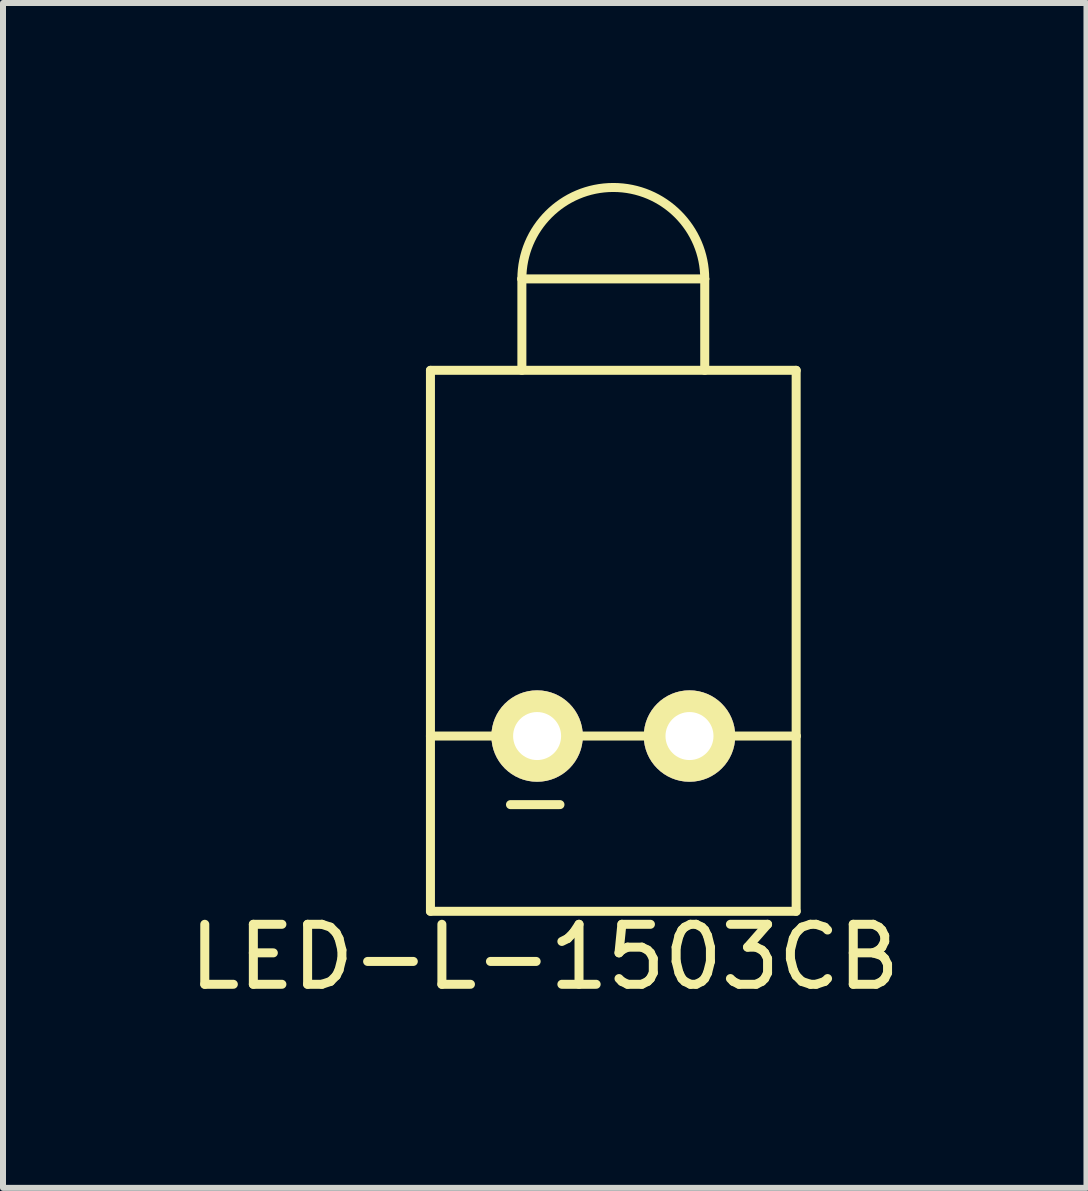
<source format=kicad_pcb>
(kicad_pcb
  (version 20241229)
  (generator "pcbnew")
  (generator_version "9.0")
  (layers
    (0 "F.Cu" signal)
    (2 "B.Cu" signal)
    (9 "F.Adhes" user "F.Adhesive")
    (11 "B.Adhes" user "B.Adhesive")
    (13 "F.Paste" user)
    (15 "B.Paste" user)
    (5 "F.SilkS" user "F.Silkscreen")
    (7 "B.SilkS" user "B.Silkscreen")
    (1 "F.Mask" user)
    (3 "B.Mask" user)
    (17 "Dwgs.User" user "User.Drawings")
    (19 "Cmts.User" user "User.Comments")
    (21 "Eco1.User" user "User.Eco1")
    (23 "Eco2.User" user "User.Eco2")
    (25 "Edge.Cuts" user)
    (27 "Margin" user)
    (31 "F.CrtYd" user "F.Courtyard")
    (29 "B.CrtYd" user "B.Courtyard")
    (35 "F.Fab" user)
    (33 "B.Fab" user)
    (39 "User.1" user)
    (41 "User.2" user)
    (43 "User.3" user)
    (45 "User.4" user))
  (footprint "LED-L-1503CB"
    (layer "F.Cu")
    (at 7.173 9.219)
    (property "Reference" "LED-L-1503CB" (at -1.143 3.683 0) (layer "F.SilkS") (effects (font (size 1 1) (thickness 0.15))))
    (attr through_hole)
    (fp_line (start -3.048 -6.096) (end -3.048 0) (stroke (width 0.15) (type solid)) (layer "F.SilkS"))
    (fp_line (start -3.048 0) (end 3.048 0) (stroke (width 0.15) (type solid)) (layer "F.SilkS"))
    (fp_line (start -3.048 2.921) (end -3.048 0) (stroke (width 0.15) (type solid)) (layer "F.SilkS"))
    (fp_line (start -1.714 1.143) (end -0.889 1.143) (stroke (width 0.15) (type solid)) (layer "F.SilkS"))
    (fp_line (start -1.524 -7.62) (end 1.524 -7.62) (stroke (width 0.15) (type solid)) (layer "F.SilkS"))
    (fp_line (start -1.524 -6.096) (end -1.524 -7.62) (stroke (width 0.15) (type solid)) (layer "F.SilkS"))
    (fp_line (start 1.524 -7.62) (end 1.524 -6.096) (stroke (width 0.15) (type solid)) (layer "F.SilkS"))
    (fp_line (start 3.048 -6.096) (end -3.048 -6.096) (stroke (width 0.15) (type solid)) (layer "F.SilkS"))
    (fp_line (start 3.048 0) (end 3.048 -6.096) (stroke (width 0.15) (type solid)) (layer "F.SilkS"))
    (fp_line (start 3.048 0) (end 3.048 2.921) (stroke (width 0.15) (type solid)) (layer "F.SilkS"))
    (fp_line (start 3.048 2.921) (end -3.048 2.921) (stroke (width 0.15) (type solid)) (layer "F.SilkS"))
    (fp_arc (start -1.524 -7.62) (mid -1.077631 -8.697631) (end 0 -9.144) (stroke (width 0.15) (type solid)) (layer "F.SilkS"))
    (fp_arc (start 0 -9.144) (mid 1.077631 -8.697631) (end 1.524 -7.62) (stroke (width 0.15) (type solid)) (layer "F.SilkS"))
    (pad "1" thru_hole circle (at -1.27 0) (size 1.524 1.524) (drill 0.8) (layers "*.Cu" "*.Mask" "F.SilkS"))
    (pad "2" thru_hole circle (at 1.27 0) (size 1.524 1.524) (drill 0.8) (layers "*.Cu" "*.Mask" "F.SilkS")))
  (gr_rect
    (start -3 -3)
    (end 15.06 16.75)
    (stroke (width 0.1) (type default))
    (fill no)
    (layer "Edge.Cuts")))
</source>
